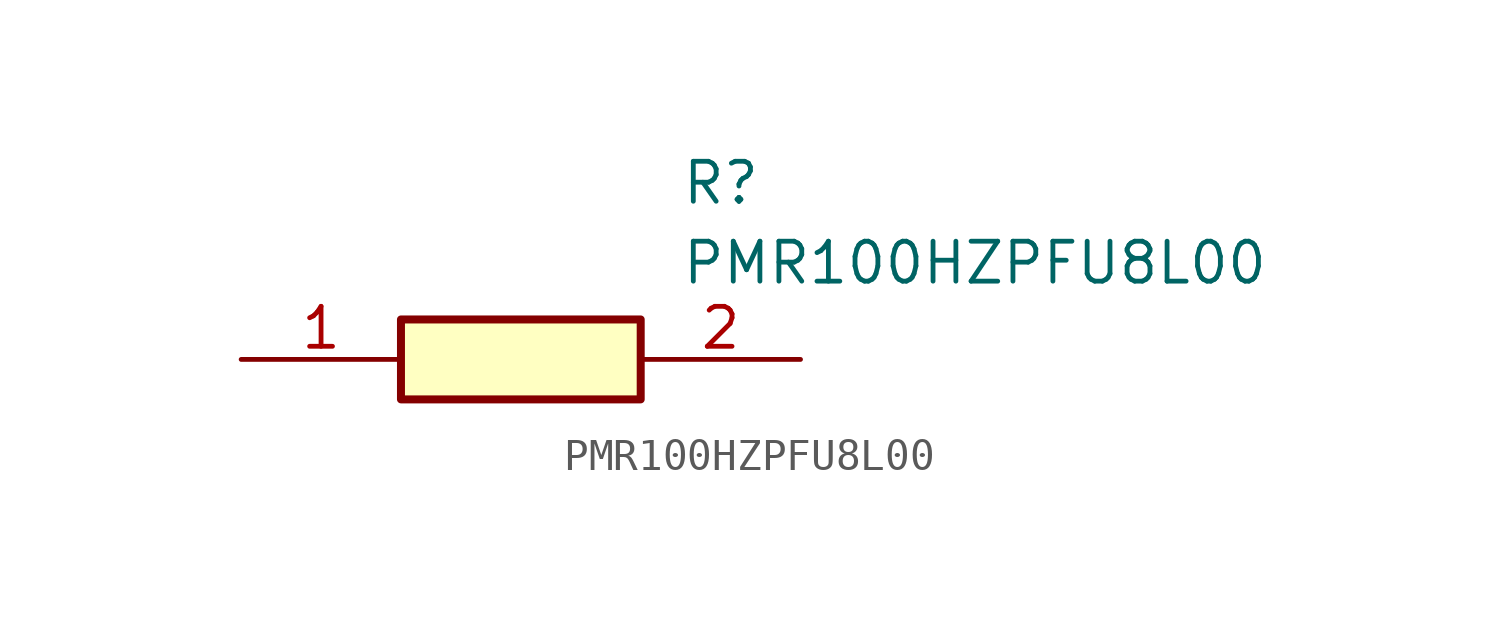
<source format=kicad_sym>
(kicad_symbol_lib
  (version 20211014)
  (generator SamacSys_ECAD_Model)
  (symbol "PMR100HZPFU8L00"
    (pin_names hide)
    (property "Reference" "R"
      (at 13.97 6.35 0)
      (effects (font (size 1.27 1.27)) (justify left top)))
    (property "Value" "PMR100HZPFU8L00"
      (at 13.97 3.81 0)
      (effects (font (size 1.27 1.27)) (justify left top)))
    (rectangle
      (start 5.08 1.27)
      (end 12.7 -1.27)
      (stroke (width 0.254) (type default))
      (fill (type background)))
    (pin passive line
      (at 0 0 0)
      (length 5.08)
      (name "1" (effects (font (size 1.27 1.27))))
      (number "1" (effects (font (size 1.27 1.27)))))
    (pin passive line
      (at 17.78 0 180)
      (length 5.08)
      (name "2" (effects (font (size 1.27 1.27))))
      (number "2" (effects (font (size 1.27 1.27)))))))
</source>
